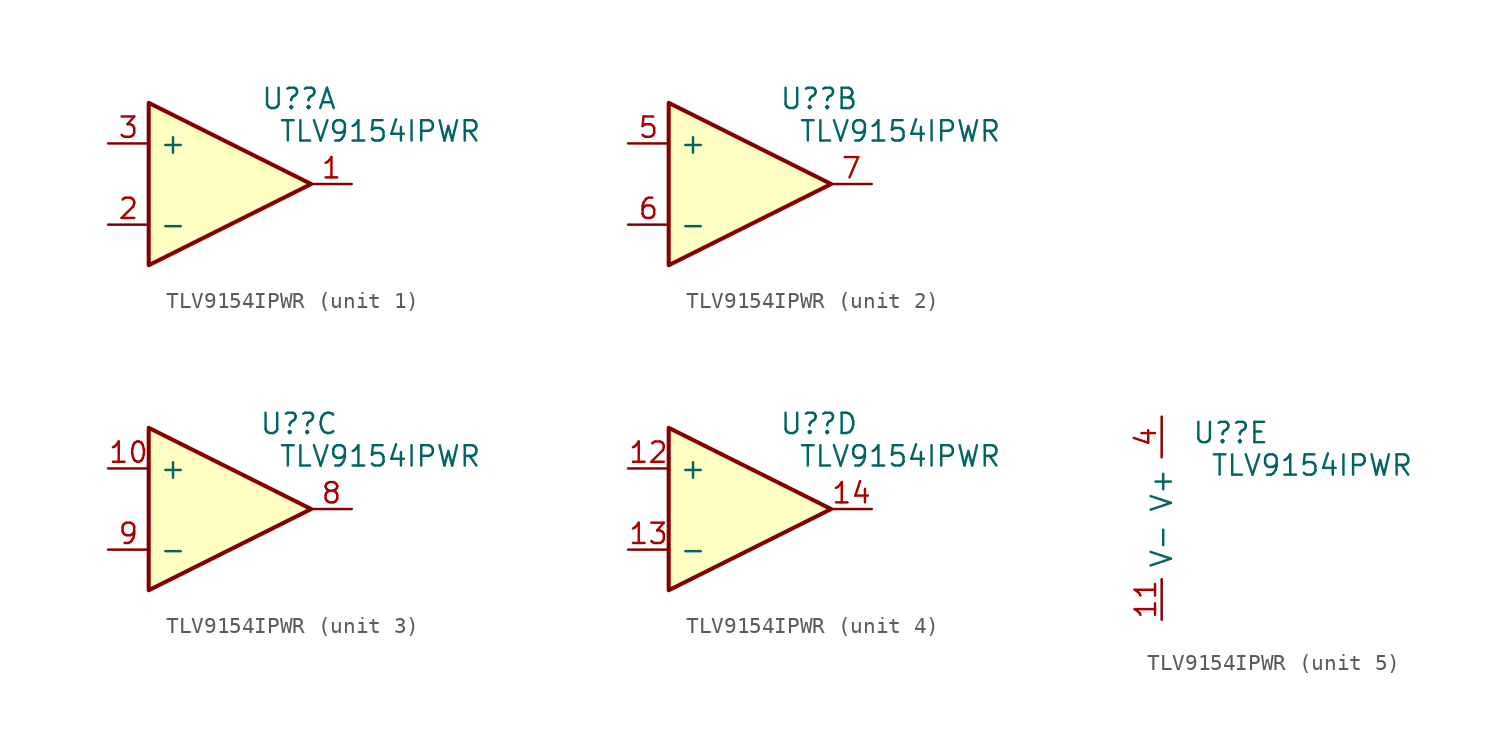
<source format=kicad_sym>
(kicad_symbol_lib
  (version 20231120)
  (generator "kicad_symbol_editor")
  (generator_version "8.0")
  (symbol "TLV9154IPWR"
    (pin_names
      (offset 0.635))
    (property "Reference" "U?"
      (at 4.318 5.334 0)
      (effects (font (size 1.27 1.27))))
    (property "Value" "TLV9154IPWR"
      (at 9.398 3.302 0)
      (effects (font (size 1.27 1.27))))
    (property "ki_locked" ""
      (at 0 0 0)
      (effects (font (size 1.27 1.27))))
    (symbol "TLV9154IPWR_1_1"
      (polyline (pts (xy 5.08 0) (xy -5.08 5.08) (xy -5.08 -5.08) (xy 5.08 0)) (stroke (width 0.254) (type default)) (fill (type background)))
      (pin output line (at 7.62 0 180) (length 2.54) (name "" (effects (font (size 1.27 1.27)))) (number "1" (effects (font (size 1.27 1.27)))))
      (pin input line (at -7.62 -2.54 0) (length 2.54) (name "-" (effects (font (size 1.27 1.27)))) (number "2" (effects (font (size 1.27 1.27)))))
      (pin input line (at -7.62 2.54 0) (length 2.54) (name "+" (effects (font (size 1.27 1.27)))) (number "3" (effects (font (size 1.27 1.27))))))
    (symbol "TLV9154IPWR_2_1"
      (polyline (pts (xy 5.08 0) (xy -5.08 5.08) (xy -5.08 -5.08) (xy 5.08 0)) (stroke (width 0.254) (type default)) (fill (type background)))
      (pin input line (at -7.62 2.54 0) (length 2.54) (name "+" (effects (font (size 1.27 1.27)))) (number "5" (effects (font (size 1.27 1.27)))))
      (pin input line (at -7.62 -2.54 0) (length 2.54) (name "-" (effects (font (size 1.27 1.27)))) (number "6" (effects (font (size 1.27 1.27)))))
      (pin output line (at 7.62 0 180) (length 2.54) (name "" (effects (font (size 1.27 1.27)))) (number "7" (effects (font (size 1.27 1.27))))))
    (symbol "TLV9154IPWR_3_1"
      (polyline (pts (xy 5.08 0) (xy -5.08 5.08) (xy -5.08 -5.08) (xy 5.08 0)) (stroke (width 0.254) (type default)) (fill (type background)))
      (pin input line (at -7.62 2.54 0) (length 2.54) (name "+" (effects (font (size 1.27 1.27)))) (number "10" (effects (font (size 1.27 1.27)))))
      (pin output line (at 7.62 0 180) (length 2.54) (name "" (effects (font (size 1.27 1.27)))) (number "8" (effects (font (size 1.27 1.27)))))
      (pin input line (at -7.62 -2.54 0) (length 2.54) (name "-" (effects (font (size 1.27 1.27)))) (number "9" (effects (font (size 1.27 1.27))))))
    (symbol "TLV9154IPWR_4_1"
      (polyline (pts (xy 5.08 0) (xy -5.08 5.08) (xy -5.08 -5.08) (xy 5.08 0)) (stroke (width 0.254) (type default)) (fill (type background)))
      (pin input line (at -7.62 2.54 0) (length 2.54) (name "+" (effects (font (size 1.27 1.27)))) (number "12" (effects (font (size 1.27 1.27)))))
      (pin input line (at -7.62 -2.54 0) (length 2.54) (name "-" (effects (font (size 1.27 1.27)))) (number "13" (effects (font (size 1.27 1.27)))))
      (pin output line (at 7.62 0 180) (length 2.54) (name "" (effects (font (size 1.27 1.27)))) (number "14" (effects (font (size 1.27 1.27))))))
    (symbol "TLV9154IPWR_5_1"
      (pin power_in line (at 0 -6.35 90) (length 2.54) (name "V-" (effects (font (size 1.27 1.27)))) (number "11" (effects (font (size 1.27 1.27)))))
      (pin power_in line (at 0 6.35 270) (length 2.54) (name "V+" (effects (font (size 1.27 1.27)))) (number "4" (effects (font (size 1.27 1.27))))))))
</source>
